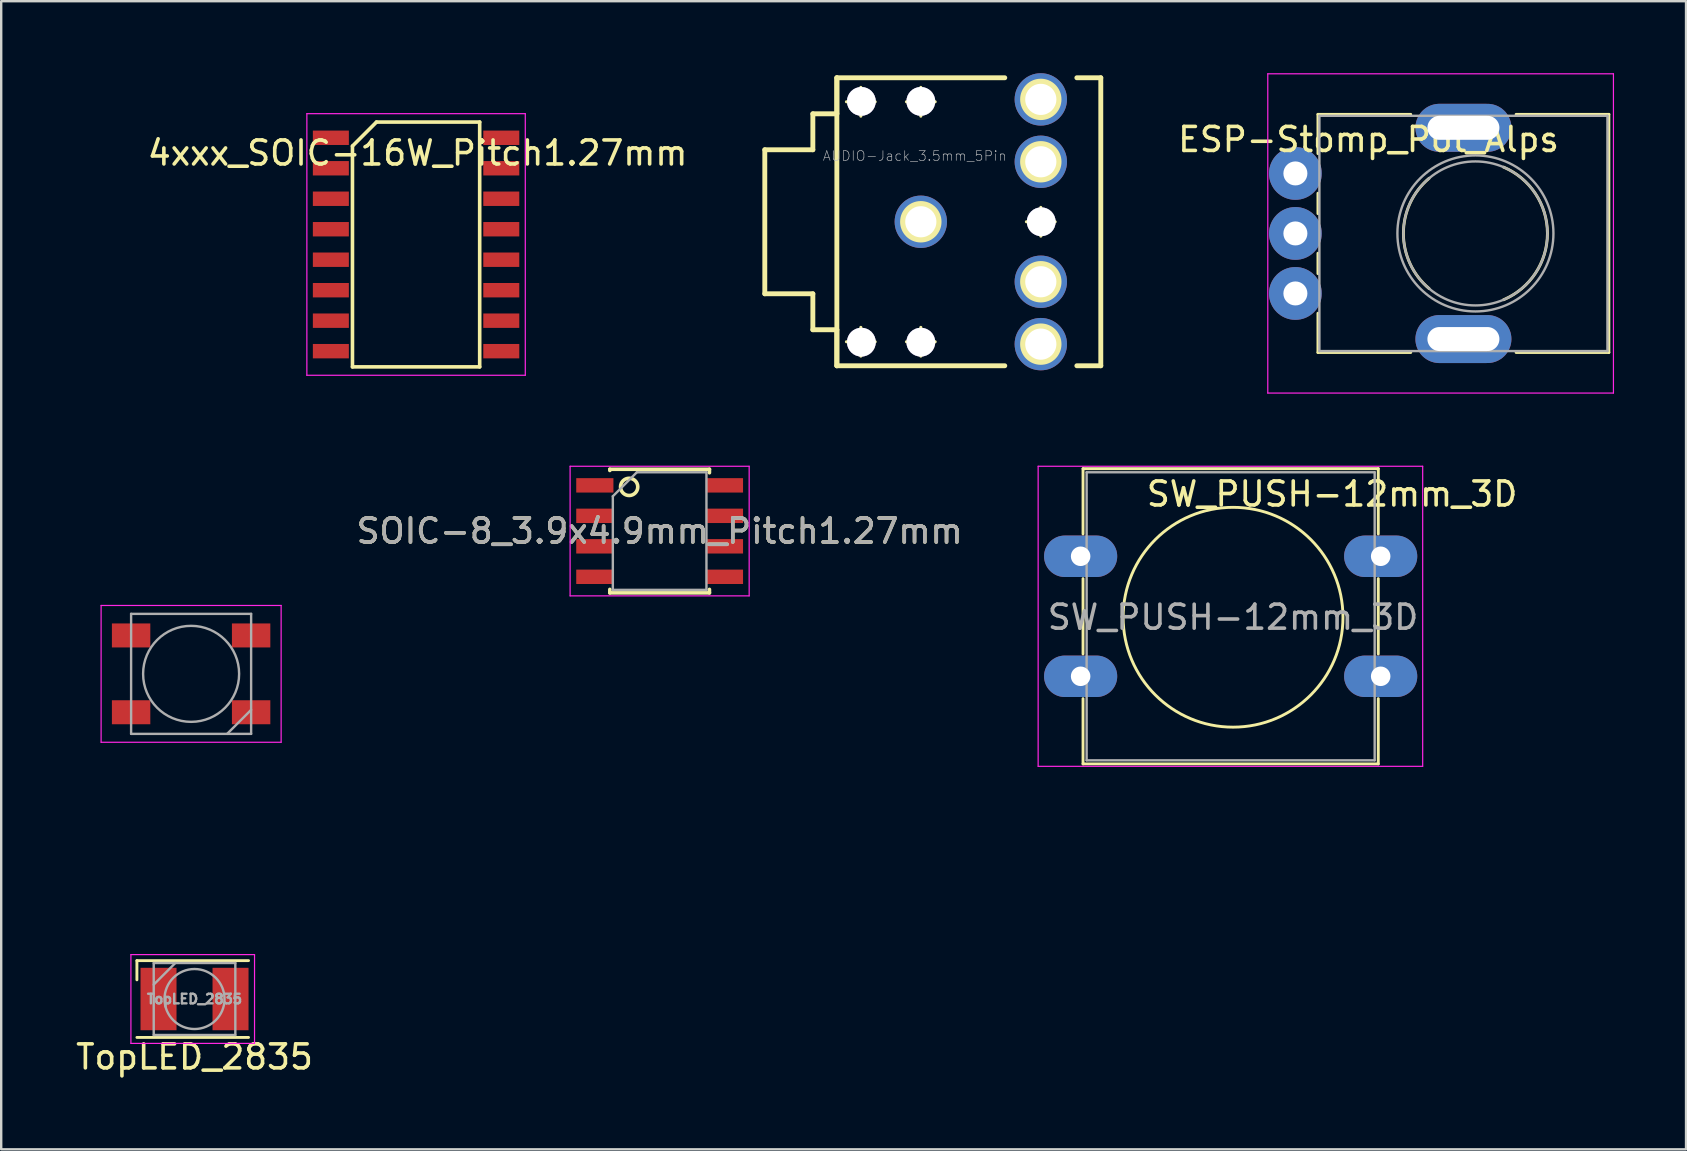
<source format=kicad_pcb>
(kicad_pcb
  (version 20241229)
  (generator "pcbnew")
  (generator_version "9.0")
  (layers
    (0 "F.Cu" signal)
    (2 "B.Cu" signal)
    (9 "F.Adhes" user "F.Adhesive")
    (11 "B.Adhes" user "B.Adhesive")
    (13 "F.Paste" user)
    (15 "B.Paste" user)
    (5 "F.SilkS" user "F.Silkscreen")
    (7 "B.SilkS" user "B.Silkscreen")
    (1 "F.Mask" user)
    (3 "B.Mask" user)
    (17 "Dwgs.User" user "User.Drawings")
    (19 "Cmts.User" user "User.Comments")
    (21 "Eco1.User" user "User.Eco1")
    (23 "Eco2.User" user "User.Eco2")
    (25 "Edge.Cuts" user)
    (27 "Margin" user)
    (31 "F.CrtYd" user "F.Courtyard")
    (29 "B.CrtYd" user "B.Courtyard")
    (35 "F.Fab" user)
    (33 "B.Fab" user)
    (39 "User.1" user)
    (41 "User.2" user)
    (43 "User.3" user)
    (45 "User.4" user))
  (footprint "SOIC-8_3.9x4.9mm_Pitch1.27mm"
    (layer "F.Cu")
    (at 24.431 19.075)
    (property "Reference" "SOIC-8_3.9x4.9mm_Pitch1.27mm" (at 0 0 180) (layer "F.SilkS") (effects (font (size 1 1) (thickness 0.15))))
    (attr smd)
    (fp_line (start -2.075 -2.575) (end -2.075 -2.525) (stroke (width 0.15) (type solid)) (layer "F.SilkS"))
    (fp_line (start -2.075 -2.575) (end 2.075 -2.575) (stroke (width 0.15) (type solid)) (layer "F.SilkS"))
    (fp_line (start -2.075 2.575) (end -2.075 2.43) (stroke (width 0.15) (type solid)) (layer "F.SilkS"))
    (fp_line (start -2.075 2.575) (end 2.075 2.575) (stroke (width 0.15) (type solid)) (layer "F.SilkS"))
    (fp_line (start 2.075 -2.575) (end 2.075 -2.43) (stroke (width 0.15) (type solid)) (layer "F.SilkS"))
    (fp_line (start 2.075 2.575) (end 2.075 2.43) (stroke (width 0.15) (type solid)) (layer "F.SilkS"))
    (fp_circle (center -1.27 -1.841) (end -1.524 -2.095) (stroke (width 0.15) (type solid)) (fill no) (layer "F.SilkS"))
    (fp_line (start -3.73 -2.7) (end -3.73 2.7) (stroke (width 0.05) (type solid)) (layer "F.CrtYd"))
    (fp_line (start -3.73 -2.7) (end 3.73 -2.7) (stroke (width 0.05) (type solid)) (layer "F.CrtYd"))
    (fp_line (start -3.73 2.7) (end 3.73 2.7) (stroke (width 0.05) (type solid)) (layer "F.CrtYd"))
    (fp_line (start 3.73 -2.7) (end 3.73 2.7) (stroke (width 0.05) (type solid)) (layer "F.CrtYd"))
    (fp_line (start -1.95 -1.45) (end -0.95 -2.45) (stroke (width 0.1) (type solid)) (layer "F.Fab"))
    (fp_line (start -1.95 2.45) (end -1.95 -1.45) (stroke (width 0.1) (type solid)) (layer "F.Fab"))
    (fp_line (start -0.95 -2.45) (end 1.95 -2.45) (stroke (width 0.1) (type solid)) (layer "F.Fab"))
    (fp_line (start 1.95 -2.45) (end 1.95 2.45) (stroke (width 0.1) (type solid)) (layer "F.Fab"))
    (fp_line (start 1.95 2.45) (end -1.95 2.45) (stroke (width 0.1) (type solid)) (layer "F.Fab"))
    (fp_text user "${REFERENCE}" (at 0 0 0) (layer "F.Fab") (effects (font (size 1 1) (thickness 0.15))))
    (pad "1" smd rect (at -2.7 -1.905) (size 1.55 0.6) (layers "F.Cu" "F.Mask" "F.Paste"))
    (pad "2" smd rect (at -2.7 -0.635) (size 1.55 0.6) (layers "F.Cu" "F.Mask" "F.Paste"))
    (pad "3" smd rect (at -2.7 0.635) (size 1.55 0.6) (layers "F.Cu" "F.Mask" "F.Paste"))
    (pad "4" smd rect (at -2.7 1.905) (size 1.55 0.6) (layers "F.Cu" "F.Mask" "F.Paste"))
    (pad "5" smd rect (at 2.7 1.905) (size 1.55 0.6) (layers "F.Cu" "F.Mask" "F.Paste"))
    (pad "6" smd rect (at 2.7 0.635) (size 1.55 0.6) (layers "F.Cu" "F.Mask" "F.Paste"))
    (pad "7" smd rect (at 2.7 -0.635) (size 1.55 0.6) (layers "F.Cu" "F.Mask" "F.Paste"))
    (pad "8" smd rect (at 2.7 -1.905) (size 1.55 0.6) (layers "F.Cu" "F.Mask" "F.Paste")))
  (footprint "AUDIO-Jack_3.5mm_5Pin"
    (layer "F.Cu")
    (at 35.312 6.189)
    (property "Reference" "AUDIO-Jack_3.5mm_5Pin" (at -0.254 -2.743 0) (layer "Dwgs.User") (effects (font (size 0.406 0.406) (thickness 0.025))))
    (attr exclude_from_pos_files exclude_from_bom)
    (fp_line (start -6.5 -3) (end -6.5 3) (stroke (width 0.203) (type solid)) (layer "F.SilkS"))
    (fp_line (start -6.5 -3) (end -4.498 -3) (stroke (width 0.203) (type solid)) (layer "F.SilkS"))
    (fp_line (start -6.5 3) (end -4.498 3) (stroke (width 0.203) (type solid)) (layer "F.SilkS"))
    (fp_line (start -4.498 -4.498) (end -4.498 -3) (stroke (width 0.203) (type solid)) (layer "F.SilkS"))
    (fp_line (start -4.498 -4.498) (end -3.498 -4.498) (stroke (width 0.203) (type solid)) (layer "F.SilkS"))
    (fp_line (start -4.498 3) (end -4.498 4.498) (stroke (width 0.203) (type solid)) (layer "F.SilkS"))
    (fp_line (start -4.498 4.498) (end -3.498 4.498) (stroke (width 0.203) (type solid)) (layer "F.SilkS"))
    (fp_line (start -3.498 -5.999) (end -3.498 -4.498) (stroke (width 0.203) (type solid)) (layer "F.SilkS"))
    (fp_line (start -3.498 -5.999) (end -3.498 5.999) (stroke (width 0.203) (type solid)) (layer "F.SilkS"))
    (fp_line (start -3.498 -5.999) (end 3.498 -5.999) (stroke (width 0.203) (type solid)) (layer "F.SilkS"))
    (fp_line (start -3.498 4.498) (end -3.498 5.999) (stroke (width 0.203) (type solid)) (layer "F.SilkS"))
    (fp_line (start -3.498 5.999) (end 3.498 5.999) (stroke (width 0.203) (type solid)) (layer "F.SilkS"))
    (fp_line (start -3.099 -4.999) (end -1.9 -4.999) (stroke (width 0.127) (type solid)) (layer "F.SilkS"))
    (fp_line (start -3.099 4.999) (end -1.9 4.999) (stroke (width 0.127) (type solid)) (layer "F.SilkS"))
    (fp_line (start -2.499 -4.399) (end -2.499 -5.598) (stroke (width 0.127) (type solid)) (layer "F.SilkS"))
    (fp_line (start -2.499 5.598) (end -2.499 4.399) (stroke (width 0.127) (type solid)) (layer "F.SilkS"))
    (fp_line (start -0.599 -4.999) (end 0.599 -4.999) (stroke (width 0.127) (type solid)) (layer "F.SilkS"))
    (fp_line (start -0.599 4.999) (end 0.599 4.999) (stroke (width 0.127) (type solid)) (layer "F.SilkS"))
    (fp_line (start 0 -4.399) (end 0 -5.598) (stroke (width 0.127) (type solid)) (layer "F.SilkS"))
    (fp_line (start 0 5.598) (end 0 4.399) (stroke (width 0.127) (type solid)) (layer "F.SilkS"))
    (fp_line (start 4.399 0) (end 5.598 0) (stroke (width 0.127) (type solid)) (layer "F.SilkS"))
    (fp_line (start 4.999 0.599) (end 4.999 -0.599) (stroke (width 0.127) (type solid)) (layer "F.SilkS"))
    (fp_line (start 7.498 -5.999) (end 6.5 -5.999) (stroke (width 0.203) (type solid)) (layer "F.SilkS"))
    (fp_line (start 7.498 -5.999) (end 7.498 5.999) (stroke (width 0.203) (type solid)) (layer "F.SilkS"))
    (fp_line (start 7.498 5.999) (end 6.5 5.999) (stroke (width 0.203) (type solid)) (layer "F.SilkS"))
    (fp_circle (center -2.499 -4.999) (end -2.799 -5.298) (stroke (width 0.127) (type solid)) (fill no) (layer "F.SilkS"))
    (fp_circle (center -2.499 4.999) (end -2.799 5.298) (stroke (width 0.127) (type solid)) (fill no) (layer "F.SilkS"))
    (fp_circle (center 0 -4.999) (end -0.3 -5.298) (stroke (width 0.127) (type solid)) (fill no) (layer "F.SilkS"))
    (fp_circle (center 0 0) (end -0.61 0.61) (stroke (width 0) (type solid)) (fill yes) (layer "F.SilkS"))
    (fp_circle (center 0 0) (end -0.33 0.33) (stroke (width 0) (type solid)) (fill yes) (layer "F.SilkS"))
    (fp_circle (center 0 4.999) (end -0.3 5.298) (stroke (width 0.127) (type solid)) (fill no) (layer "F.SilkS"))
    (fp_circle (center 4.999 -5.098) (end 5.329 -5.428) (stroke (width 0) (type solid)) (fill yes) (layer "F.SilkS"))
    (fp_circle (center 4.999 -5.098) (end 5.608 -5.707) (stroke (width 0) (type solid)) (fill yes) (layer "F.SilkS"))
    (fp_circle (center 4.999 -2.499) (end 5.329 -2.83) (stroke (width 0) (type solid)) (fill yes) (layer "F.SilkS"))
    (fp_circle (center 4.999 -2.499) (end 5.608 -3.109) (stroke (width 0) (type solid)) (fill yes) (layer "F.SilkS"))
    (fp_circle (center 4.999 0) (end 5.298 0.3) (stroke (width 0.127) (type solid)) (fill no) (layer "F.SilkS"))
    (fp_circle (center 4.999 2.499) (end 5.329 2.83) (stroke (width 0) (type solid)) (fill yes) (layer "F.SilkS"))
    (fp_circle (center 4.999 2.499) (end 5.608 3.109) (stroke (width 0) (type solid)) (fill yes) (layer "F.SilkS"))
    (fp_circle (center 4.999 5.098) (end 5.329 5.428) (stroke (width 0) (type solid)) (fill yes) (layer "F.SilkS"))
    (fp_circle (center 4.999 5.098) (end 5.608 5.707) (stroke (width 0) (type solid)) (fill yes) (layer "F.SilkS"))
    (pad "0" thru_hole circle (at -2.477 -5.016) (size 1.2 1.2) (drill 1.2) (layers "*.Cu" "*.Mask"))
    (pad "0" thru_hole circle (at -2.477 5.016) (size 1.2 1.2) (drill 1.2) (layers "*.Cu" "*.Mask"))
    (pad "0" thru_hole circle (at 0 -5.016) (size 1.2 1.2) (drill 1.2) (layers "*.Cu" "*.Mask"))
    (pad "0" thru_hole circle (at 0 5.016) (size 1.2 1.2) (drill 1.2) (layers "*.Cu" "*.Mask"))
    (pad "0" thru_hole circle (at 5.016 0) (size 1.2 1.2) (drill 1.2) (layers "*.Cu" "*.Mask"))
    (pad "1" thru_hole circle (at 0 0) (size 2.182 2.182) (drill 1.298) (layers "*.Cu" "*.Mask"))
    (pad "2" thru_hole circle (at 4.999 -5.098) (size 2.182 2.182) (drill 1.298) (layers "*.Cu" "*.Mask"))
    (pad "3" thru_hole circle (at 4.999 5.098) (size 2.182 2.182) (drill 1.298) (layers "*.Cu" "*.Mask"))
    (pad "5" thru_hole circle (at 4.999 2.499) (size 2.182 2.182) (drill 1.298) (layers "F.Cu" "F.Mask"))
    (pad "6" thru_hole circle (at 4.999 -2.499) (size 2.182 2.182) (drill 1.298) (layers "F.Cu" "F.Mask")))
  (footprint "Mixtape_NEO_WS2812B"
    (layer "F.Cu")
    (at 4.912 25.023)
    (property "Reference" "Mixtape_NEO_WS2812B" (at -4.064 0 90) (layer "Eco2.User") (effects (font (size 1 1) (thickness 0.15))))
    (attr smd)
    (fp_line (start -3.75 -2.85) (end -3.75 2.85) (stroke (width 0.05) (type solid)) (layer "F.CrtYd"))
    (fp_line (start -3.75 2.85) (end 3.75 2.85) (stroke (width 0.05) (type solid)) (layer "F.CrtYd"))
    (fp_line (start 3.75 -2.85) (end -3.75 -2.85) (stroke (width 0.05) (type solid)) (layer "F.CrtYd"))
    (fp_line (start 3.75 2.85) (end 3.75 -2.85) (stroke (width 0.05) (type solid)) (layer "F.CrtYd"))
    (fp_line (start -2.5 -2.5) (end -2.5 2.5) (stroke (width 0.1) (type solid)) (layer "F.Fab"))
    (fp_line (start -2.5 2.5) (end 2.5 2.5) (stroke (width 0.1) (type solid)) (layer "F.Fab"))
    (fp_line (start 2.5 -2.5) (end -2.5 -2.5) (stroke (width 0.1) (type solid)) (layer "F.Fab"))
    (fp_line (start 2.5 1.5) (end 1.5 2.5) (stroke (width 0.1) (type solid)) (layer "F.Fab"))
    (fp_line (start 2.5 2.5) (end 2.5 -2.5) (stroke (width 0.1) (type solid)) (layer "F.Fab"))
    (fp_circle (center 0 0) (end 0 -2) (stroke (width 0.1) (type solid)) (fill no) (layer "F.Fab"))
    (pad "1" smd rect (at -2.5 -1.6) (size 1.6 1) (layers "F.Cu" "F.Mask" "F.Paste"))
    (pad "2" smd rect (at -2.5 1.6) (size 1.6 1) (layers "F.Cu" "F.Mask" "F.Paste"))
    (pad "3" smd rect (at 2.5 1.6) (size 1.6 1) (layers "F.Cu" "F.Mask" "F.Paste"))
    (pad "4" smd rect (at 2.5 -1.6) (size 1.6 1) (layers "F.Cu" "F.Mask" "F.Paste")))
  (footprint "TopLED_2835"
    (layer "F.Cu")
    (at 5.054 38.57)
    (property "Reference" "TopLED_2835" (at 0 2.413 0) (layer "F.SilkS") (effects (font (size 1 1) (thickness 0.15))))
    (attr smd)
    (fp_line (start -2.4 -1.6) (end -2.4 -0.8) (stroke (width 0.12) (type solid)) (layer "F.SilkS"))
    (fp_line (start 2.25 -1.6) (end -2.4 -1.6) (stroke (width 0.12) (type solid)) (layer "F.SilkS"))
    (fp_line (start 2.25 1.6) (end -2.4 1.6) (stroke (width 0.12) (type solid)) (layer "F.SilkS"))
    (fp_line (start -2.65 -1.85) (end 2.5 -1.85) (stroke (width 0.05) (type solid)) (layer "F.CrtYd"))
    (fp_line (start -2.65 1.85) (end -2.65 -1.85) (stroke (width 0.05) (type solid)) (layer "F.CrtYd"))
    (fp_line (start 2.5 -1.85) (end 2.5 1.85) (stroke (width 0.05) (type solid)) (layer "F.CrtYd"))
    (fp_line (start 2.5 1.85) (end -2.65 1.85) (stroke (width 0.05) (type solid)) (layer "F.CrtYd"))
    (fp_line (start -1.7 -1.5) (end -1.7 1.5) (stroke (width 0.1) (type solid)) (layer "F.Fab"))
    (fp_line (start -1.7 -0.6) (end -0.8 -1.5) (stroke (width 0.1) (type solid)) (layer "F.Fab"))
    (fp_line (start -1.7 1.5) (end 1.7 1.5) (stroke (width 0.1) (type solid)) (layer "F.Fab"))
    (fp_line (start 1.7 -1.5) (end -1.7 -1.5) (stroke (width 0.1) (type solid)) (layer "F.Fab"))
    (fp_line (start 1.7 1.5) (end 1.7 -1.5) (stroke (width 0.1) (type solid)) (layer "F.Fab"))
    (fp_circle (center 0 0) (end 0 -1.25) (stroke (width 0.1) (type solid)) (fill no) (layer "F.Fab"))
    (fp_text user "${REFERENCE}" (at 0 0 0) (layer "F.Fab") (effects (font (size 0.4 0.4) (thickness 0.1))))
    (pad "1" smd rect (at -1.5 0) (size 1.5 2.6) (layers "F.Cu" "F.Mask" "F.Paste"))
    (pad "2" smd rect (at 1.5 0) (size 1.5 2.6) (layers "F.Cu" "F.Mask" "F.Paste")))
  (footprint "4xxx_SOIC-16W_Pitch1.27mm"
    (layer "F.Cu")
    (at 14.284 7.135)
    (property "Reference" "4xxx_SOIC-16W_Pitch1.27mm" (at 0.064 -3.81 0) (layer "F.SilkS") (effects (font (size 1 1) (thickness 0.15))))
    (attr smd)
    (fp_line (start -2.65 -4.1) (end -1.65 -5.1) (stroke (width 0.15) (type solid)) (layer "F.SilkS"))
    (fp_line (start -2.65 5.1) (end -2.65 -4.1) (stroke (width 0.15) (type solid)) (layer "F.SilkS"))
    (fp_line (start -1.65 -5.1) (end 2.65 -5.1) (stroke (width 0.15) (type solid)) (layer "F.SilkS"))
    (fp_line (start 2.65 -5.1) (end 2.65 5.1) (stroke (width 0.15) (type solid)) (layer "F.SilkS"))
    (fp_line (start 2.65 5.1) (end -2.65 5.1) (stroke (width 0.15) (type solid)) (layer "F.SilkS"))
    (fp_line (start -4.55 -5.45) (end -4.55 5.45) (stroke (width 0.05) (type solid)) (layer "F.CrtYd"))
    (fp_line (start -4.55 -5.45) (end 4.55 -5.45) (stroke (width 0.05) (type solid)) (layer "F.CrtYd"))
    (fp_line (start -4.55 5.45) (end 4.55 5.45) (stroke (width 0.05) (type solid)) (layer "F.CrtYd"))
    (fp_line (start 4.55 -5.45) (end 4.55 5.45) (stroke (width 0.05) (type solid)) (layer "F.CrtYd"))
    (fp_text user "${REFERENCE}" (at -2.921 -6.287 0) (layer "Eco2.User") (effects (font (size 1 1) (thickness 0.15))))
    (pad "1" smd rect (at -3.55 -4.445) (size 1.5 0.6) (layers "F.Cu" "F.Mask" "F.Paste"))
    (pad "2" smd rect (at -3.55 -3.175) (size 1.5 0.6) (layers "F.Cu" "F.Mask" "F.Paste"))
    (pad "3" smd rect (at -3.55 -1.905) (size 1.5 0.6) (layers "F.Cu" "F.Mask" "F.Paste"))
    (pad "4" smd rect (at -3.55 -0.635) (size 1.5 0.6) (layers "F.Cu" "F.Mask" "F.Paste"))
    (pad "5" smd rect (at -3.55 0.635) (size 1.5 0.6) (layers "F.Cu" "F.Mask" "F.Paste"))
    (pad "6" smd rect (at -3.55 1.905) (size 1.5 0.6) (layers "F.Cu" "F.Mask" "F.Paste"))
    (pad "7" smd rect (at -3.55 3.175) (size 1.5 0.6) (layers "F.Cu" "F.Mask" "F.Paste"))
    (pad "8" smd rect (at -3.55 4.445) (size 1.5 0.6) (layers "F.Cu" "F.Mask" "F.Paste"))
    (pad "9" smd rect (at 3.55 4.445) (size 1.5 0.6) (layers "F.Cu" "F.Mask" "F.Paste"))
    (pad "10" smd rect (at 3.55 3.175) (size 1.5 0.6) (layers "F.Cu" "F.Mask" "F.Paste"))
    (pad "11" smd rect (at 3.55 1.905) (size 1.5 0.6) (layers "F.Cu" "F.Mask" "F.Paste"))
    (pad "12" smd rect (at 3.55 0.635) (size 1.5 0.6) (layers "F.Cu" "F.Mask" "F.Paste"))
    (pad "13" smd rect (at 3.55 -0.635) (size 1.5 0.6) (layers "F.Cu" "F.Mask" "F.Paste"))
    (pad "14" smd rect (at 3.55 -1.905) (size 1.5 0.6) (layers "F.Cu" "F.Mask" "F.Paste"))
    (pad "15" smd rect (at 3.55 -3.175) (size 1.5 0.6) (layers "F.Cu" "F.Mask" "F.Paste"))
    (pad "16" smd rect (at 3.55 -4.445) (size 1.5 0.6) (layers "F.Cu" "F.Mask" "F.Paste")))
  (footprint "SW_PUSH-12mm_3D"
    (layer "F.Cu")
    (at 48.333 22.665)
    (property "Reference" "SW_PUSH-12mm_3D" (at 4.114 -5.134 0) (layer "F.SilkS") (effects (font (size 1 1) (thickness 0.15))))
    (attr through_hole)
    (fp_line (start -6.263 -6.19) (end 6.037 -6.19) (stroke (width 0.12) (type solid)) (layer "F.SilkS"))
    (fp_line (start -6.263 -3.47) (end -6.263 -6.19) (stroke (width 0.12) (type solid)) (layer "F.SilkS"))
    (fp_line (start -6.263 1.53) (end -6.263 -1.61) (stroke (width 0.12) (type solid)) (layer "F.SilkS"))
    (fp_line (start -6.263 6.11) (end -6.263 3.39) (stroke (width 0.12) (type solid)) (layer "F.SilkS"))
    (fp_line (start 6.037 -6.19) (end 6.037 -3.47) (stroke (width 0.12) (type solid)) (layer "F.SilkS"))
    (fp_line (start 6.037 -1.61) (end 6.037 1.53) (stroke (width 0.12) (type solid)) (layer "F.SilkS"))
    (fp_line (start 6.037 3.39) (end 6.037 6.11) (stroke (width 0.12) (type solid)) (layer "F.SilkS"))
    (fp_line (start 6.037 6.11) (end -6.263 6.11) (stroke (width 0.12) (type solid)) (layer "F.SilkS"))
    (fp_circle (center -0.013 0) (end 3.797 2.54) (stroke (width 0.12) (type solid)) (fill no) (layer "F.SilkS"))
    (fp_line (start -8.133 -6.29) (end -8.133 6.21) (stroke (width 0.05) (type solid)) (layer "F.CrtYd"))
    (fp_line (start -8.133 -6.29) (end 7.887 -6.29) (stroke (width 0.05) (type solid)) (layer "F.CrtYd"))
    (fp_line (start 7.887 6.21) (end -8.133 6.21) (stroke (width 0.05) (type solid)) (layer "F.CrtYd"))
    (fp_line (start 7.887 6.21) (end 7.887 -6.29) (stroke (width 0.05) (type solid)) (layer "F.CrtYd"))
    (fp_line (start -6.113 -6.04) (end -6.113 5.96) (stroke (width 0.1) (type solid)) (layer "F.Fab"))
    (fp_line (start -6.113 -6.04) (end 5.887 -6.04) (stroke (width 0.1) (type solid)) (layer "F.Fab"))
    (fp_line (start -6.113 5.96) (end 5.887 5.96) (stroke (width 0.1) (type solid)) (layer "F.Fab"))
    (fp_line (start 5.887 -6.04) (end 5.887 5.96) (stroke (width 0.1) (type solid)) (layer "F.Fab"))
    (fp_text user "${REFERENCE}" (at -0.013 0 0) (layer "F.Fab") (effects (font (size 1 1) (thickness 0.15))))
    (pad "1" thru_hole oval (at -6.363 -2.54) (size 3.048 1.727) (drill 0.813) (layers "B.Cu" "B.Mask"))
    (pad "1" thru_hole oval (at 6.137 -2.54) (size 3.048 1.727) (drill 0.813) (layers "B.Cu" "B.Mask"))
    (pad "2" thru_hole oval (at -6.363 2.46) (size 3.048 1.727) (drill 0.813) (layers "B.Cu" "B.Mask"))
    (pad "2" thru_hole oval (at 6.137 2.46) (size 3.048 1.727) (drill 0.813) (layers "B.Cu" "B.Mask")))
  (footprint "ESP-Stomp_Pot_Alps"
    (layer "F.Cu")
    (at 50.917 9.175)
    (property "Reference" "ESP-Stomp_Pot_Alps" (at 3.048 -6.413 0) (layer "F.SilkS") (effects (font (size 1 1) (thickness 0.15))))
    (attr through_hole)
    (fp_line (start 0.94 -7.461) (end 0.94 -5.825) (stroke (width 0.12) (type solid)) (layer "F.SilkS"))
    (fp_line (start 0.94 -7.461) (end 4.806 -7.461) (stroke (width 0.12) (type solid)) (layer "F.SilkS"))
    (fp_line (start 0.94 -4.175) (end 0.94 -3.325) (stroke (width 0.12) (type solid)) (layer "F.SilkS"))
    (fp_line (start 0.94 -1.675) (end 0.94 -0.825) (stroke (width 0.12) (type solid)) (layer "F.SilkS"))
    (fp_line (start 0.94 0.825) (end 0.94 2.46) (stroke (width 0.12) (type solid)) (layer "F.SilkS"))
    (fp_line (start 0.94 2.46) (end 4.806 2.46) (stroke (width 0.12) (type solid)) (layer "F.SilkS"))
    (fp_line (start 9.195 -7.461) (end 13.06 -7.461) (stroke (width 0.12) (type solid)) (layer "F.SilkS"))
    (fp_line (start 9.195 2.46) (end 13.06 2.46) (stroke (width 0.12) (type solid)) (layer "F.SilkS"))
    (fp_line (start 13.06 -7.461) (end 13.06 2.46) (stroke (width 0.12) (type solid)) (layer "F.SilkS"))
    (fp_arc (start 5.571705 -0.202247) (mid 4.500335 -2.500192) (end 5.572 -4.798) (stroke (width 0.12) (type solid)) (layer "F.SilkS"))
    (fp_arc (start 8.671982 -5.262432) (mid 10.500762 -2.500553) (end 8.673 0.262) (stroke (width 0.12) (type solid)) (layer "F.SilkS"))
    (fp_line (start -1.15 -9.15) (end -1.15 4.15) (stroke (width 0.05) (type solid)) (layer "F.CrtYd"))
    (fp_line (start -1.15 4.15) (end 13.25 4.15) (stroke (width 0.05) (type solid)) (layer "F.CrtYd"))
    (fp_line (start 13.25 -9.15) (end -1.15 -9.15) (stroke (width 0.05) (type solid)) (layer "F.CrtYd"))
    (fp_line (start 13.25 4.15) (end 13.25 -9.15) (stroke (width 0.05) (type solid)) (layer "F.CrtYd"))
    (fp_line (start 1 -7.4) (end 1 2.4) (stroke (width 0.1) (type solid)) (layer "F.Fab"))
    (fp_line (start 1 2.4) (end 13 2.4) (stroke (width 0.1) (type solid)) (layer "F.Fab"))
    (fp_line (start 13 -7.4) (end 1 -7.4) (stroke (width 0.1) (type solid)) (layer "F.Fab"))
    (fp_line (start 13 2.4) (end 13 -7.4) (stroke (width 0.1) (type solid)) (layer "F.Fab"))
    (fp_circle (center 7.5 -2.5) (end 10.5 -2.5) (stroke (width 0.1) (type solid)) (fill no) (layer "F.Fab"))
    (fp_circle (center 7.5 -2.5) (end 10.75 -2.5) (stroke (width 0.1) (type solid)) (fill no) (layer "F.Fab"))
    (pad "" np_thru_hole oval (at 7 -6.9) (size 4 2) (drill oval 3 1) (layers "*.Cu" "*.Mask"))
    (pad "" np_thru_hole oval (at 7 1.9) (size 4 2) (drill oval 3 1) (layers "*.Cu" "*.Mask"))
    (pad "1" thru_hole circle (at 0 0) (size 2.2 2.2) (drill 1) (layers "B.Cu" "B.Mask"))
    (pad "2" thru_hole circle (at 0 -2.5) (size 2.2 2.2) (drill 1) (layers "B.Cu" "B.Mask"))
    (pad "3" thru_hole circle (at 0 -5) (size 2.2 2.2) (drill 1) (layers "B.Cu" "B.Mask")))
  (gr_rect
    (start -3 -3)
    (end 67.192 44.831)
    (stroke (width 0.1) (type default))
    (fill no)
    (layer "Edge.Cuts")))
</source>
